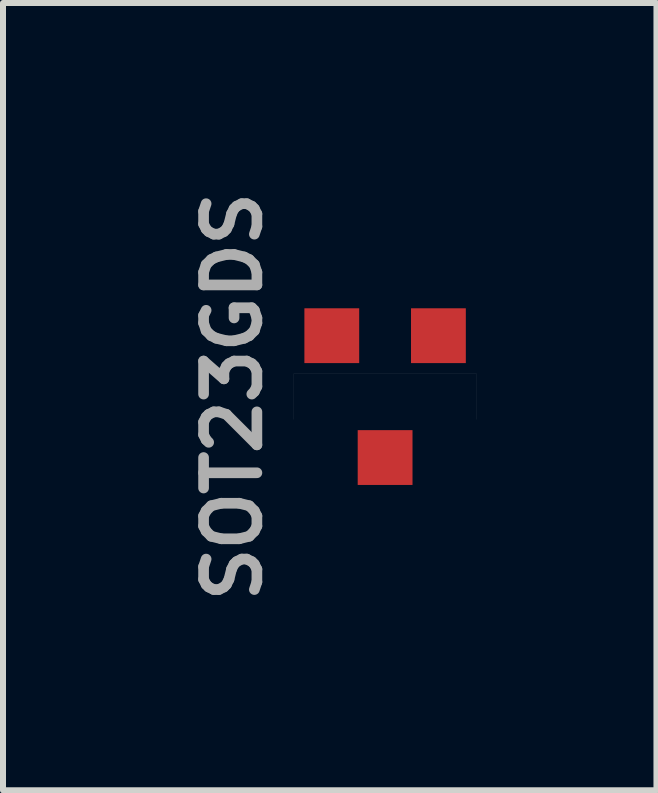
<source format=kicad_pcb>
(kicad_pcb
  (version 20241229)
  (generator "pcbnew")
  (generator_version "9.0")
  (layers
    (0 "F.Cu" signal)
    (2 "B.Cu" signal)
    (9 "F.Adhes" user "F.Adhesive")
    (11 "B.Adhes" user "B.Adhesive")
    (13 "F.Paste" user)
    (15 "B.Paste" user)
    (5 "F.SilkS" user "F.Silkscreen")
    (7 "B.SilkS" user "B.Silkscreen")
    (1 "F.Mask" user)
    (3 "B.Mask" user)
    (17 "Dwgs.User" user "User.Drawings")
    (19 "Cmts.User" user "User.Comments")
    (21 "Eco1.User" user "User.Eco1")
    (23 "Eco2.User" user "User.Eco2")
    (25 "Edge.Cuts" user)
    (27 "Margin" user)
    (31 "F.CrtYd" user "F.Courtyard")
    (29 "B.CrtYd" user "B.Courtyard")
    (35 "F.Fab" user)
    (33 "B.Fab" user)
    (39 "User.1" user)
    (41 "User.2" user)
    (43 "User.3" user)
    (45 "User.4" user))
  (footprint "SOT23GDS"
    (layer "F.Cu")
    (at 3.372 3.564)
    (property "Reference" "SOT23GDS" (at -2.54 0 90) (layer "F.Fab") (effects (font (size 0.889 0.889) (thickness 0.178))))
    (attr smd)
    (fp_line (start -1.524 -0.381) (end 1.524 -0.381) (stroke (width 0.001) (type solid)) (layer "F.Fab"))
    (fp_line (start -1.524 0.381) (end -1.524 -0.381) (stroke (width 0.001) (type solid)) (layer "F.Fab"))
    (fp_line (start 1.524 -0.381) (end 1.524 0.381) (stroke (width 0.001) (type solid)) (layer "F.Fab"))
    (fp_line (start 1.524 0.381) (end -1.524 0.381) (stroke (width 0.001) (type solid)) (layer "F.Fab"))
    (pad "D" smd rect (at 0 1.016) (size 0.914 0.914) (layers "F.Cu" "F.Mask" "F.Paste"))
    (pad "G" smd rect (at 0.889 -1.016) (size 0.914 0.914) (layers "F.Cu" "F.Mask" "F.Paste"))
    (pad "S" smd rect (at -0.889 -1.016) (size 0.914 0.914) (layers "F.Cu" "F.Mask" "F.Paste")))
  (gr_rect
    (start -3 -3)
    (end 7.897 10.129)
    (stroke (width 0.1) (type default))
    (fill no)
    (layer "Edge.Cuts")))
</source>
